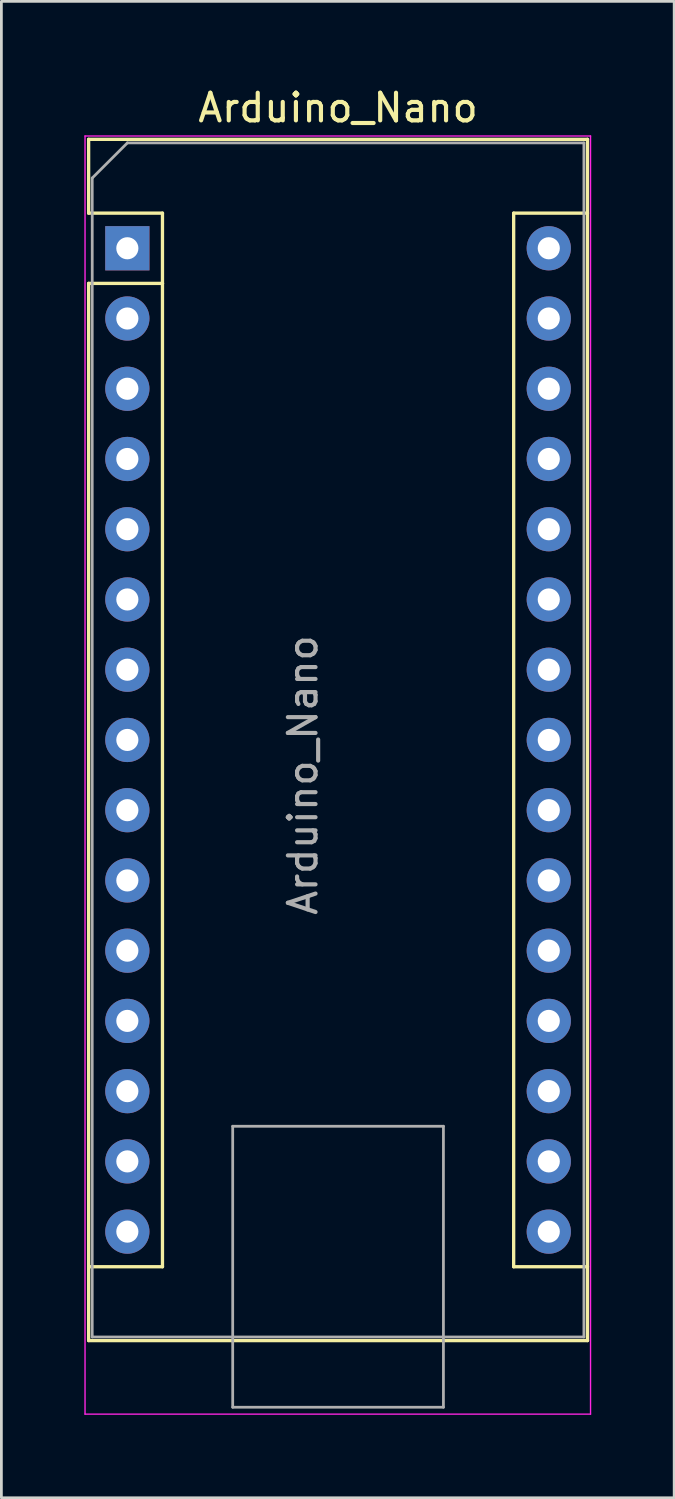
<source format=kicad_pcb>
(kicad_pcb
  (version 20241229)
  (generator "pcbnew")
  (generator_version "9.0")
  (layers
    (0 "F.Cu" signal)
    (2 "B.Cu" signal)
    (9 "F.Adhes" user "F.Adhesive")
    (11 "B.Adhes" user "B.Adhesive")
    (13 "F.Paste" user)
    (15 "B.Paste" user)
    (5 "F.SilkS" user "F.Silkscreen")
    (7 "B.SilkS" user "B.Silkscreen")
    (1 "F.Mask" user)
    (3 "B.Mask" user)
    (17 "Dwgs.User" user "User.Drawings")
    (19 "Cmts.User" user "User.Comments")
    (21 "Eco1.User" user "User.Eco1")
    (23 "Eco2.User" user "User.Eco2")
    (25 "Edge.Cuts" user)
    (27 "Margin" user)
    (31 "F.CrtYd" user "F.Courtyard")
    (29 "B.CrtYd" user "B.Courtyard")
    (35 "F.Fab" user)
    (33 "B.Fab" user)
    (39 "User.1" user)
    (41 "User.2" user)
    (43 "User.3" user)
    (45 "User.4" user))
  (footprint "Arduino_Nano"
    (layer "F.Cu")
    (at 1.555 5.928)
    (property "Reference" "Arduino_Nano" (at 7.62 -5.08 0) (layer "F.SilkS") (effects (font (size 1 1) (thickness 0.15))))
    (attr through_hole)
    (fp_line (start -1.4 -3.94) (end -1.4 -1.27) (stroke (width 0.12) (type solid)) (layer "F.SilkS"))
    (fp_line (start -1.4 1.27) (end -1.4 39.5) (stroke (width 0.12) (type solid)) (layer "F.SilkS"))
    (fp_line (start -1.4 39.5) (end 16.64 39.5) (stroke (width 0.12) (type solid)) (layer "F.SilkS"))
    (fp_line (start 1.27 -1.27) (end -1.4 -1.27) (stroke (width 0.12) (type solid)) (layer "F.SilkS"))
    (fp_line (start 1.27 1.27) (end -1.4 1.27) (stroke (width 0.12) (type solid)) (layer "F.SilkS"))
    (fp_line (start 1.27 1.27) (end 1.27 -1.27) (stroke (width 0.12) (type solid)) (layer "F.SilkS"))
    (fp_line (start 1.27 1.27) (end 1.27 36.83) (stroke (width 0.12) (type solid)) (layer "F.SilkS"))
    (fp_line (start 1.27 36.83) (end -1.4 36.83) (stroke (width 0.12) (type solid)) (layer "F.SilkS"))
    (fp_line (start 13.97 -1.27) (end 13.97 36.83) (stroke (width 0.12) (type solid)) (layer "F.SilkS"))
    (fp_line (start 13.97 -1.27) (end 16.64 -1.27) (stroke (width 0.12) (type solid)) (layer "F.SilkS"))
    (fp_line (start 13.97 36.83) (end 16.64 36.83) (stroke (width 0.12) (type solid)) (layer "F.SilkS"))
    (fp_line (start 16.64 -3.94) (end -1.4 -3.94) (stroke (width 0.12) (type solid)) (layer "F.SilkS"))
    (fp_line (start 16.64 39.5) (end 16.64 -3.94) (stroke (width 0.12) (type solid)) (layer "F.SilkS"))
    (fp_line (start -1.53 -4.06) (end -1.53 42.16) (stroke (width 0.05) (type solid)) (layer "F.CrtYd"))
    (fp_line (start -1.53 -4.06) (end 16.75 -4.06) (stroke (width 0.05) (type solid)) (layer "F.CrtYd"))
    (fp_line (start 16.75 42.16) (end -1.53 42.16) (stroke (width 0.05) (type solid)) (layer "F.CrtYd"))
    (fp_line (start 16.75 42.16) (end 16.75 -4.06) (stroke (width 0.05) (type solid)) (layer "F.CrtYd"))
    (fp_line (start -1.27 -2.54) (end 0 -3.81) (stroke (width 0.1) (type solid)) (layer "F.Fab"))
    (fp_line (start -1.27 39.37) (end -1.27 -2.54) (stroke (width 0.1) (type solid)) (layer "F.Fab"))
    (fp_line (start 0 -3.81) (end 16.51 -3.81) (stroke (width 0.1) (type solid)) (layer "F.Fab"))
    (fp_line (start 3.81 31.75) (end 11.43 31.75) (stroke (width 0.1) (type solid)) (layer "F.Fab"))
    (fp_line (start 3.81 41.91) (end 3.81 31.75) (stroke (width 0.1) (type solid)) (layer "F.Fab"))
    (fp_line (start 11.43 31.75) (end 11.43 41.91) (stroke (width 0.1) (type solid)) (layer "F.Fab"))
    (fp_line (start 11.43 41.91) (end 3.81 41.91) (stroke (width 0.1) (type solid)) (layer "F.Fab"))
    (fp_line (start 16.51 -3.81) (end 16.51 39.37) (stroke (width 0.1) (type solid)) (layer "F.Fab"))
    (fp_line (start 16.51 39.37) (end -1.27 39.37) (stroke (width 0.1) (type solid)) (layer "F.Fab"))
    (fp_text user "${REFERENCE}" (at 6.35 19.05 90) (layer "F.Fab") (effects (font (size 1 1) (thickness 0.15))))
    (pad "1" thru_hole rect (at 0 0) (size 1.6 1.6) (drill 0.8) (layers "*.Cu" "*.Mask"))
    (pad "2" thru_hole oval (at 0 2.54) (size 1.6 1.6) (drill 0.8) (layers "*.Cu" "*.Mask"))
    (pad "3" thru_hole oval (at 0 5.08) (size 1.6 1.6) (drill 0.8) (layers "*.Cu" "*.Mask"))
    (pad "4" thru_hole oval (at 0 7.62) (size 1.6 1.6) (drill 0.8) (layers "*.Cu" "*.Mask"))
    (pad "5" thru_hole oval (at 0 10.16) (size 1.6 1.6) (drill 0.8) (layers "*.Cu" "*.Mask"))
    (pad "6" thru_hole oval (at 0 12.7) (size 1.6 1.6) (drill 0.8) (layers "*.Cu" "*.Mask"))
    (pad "7" thru_hole oval (at 0 15.24) (size 1.6 1.6) (drill 0.8) (layers "*.Cu" "*.Mask"))
    (pad "8" thru_hole oval (at 0 17.78) (size 1.6 1.6) (drill 0.8) (layers "*.Cu" "*.Mask"))
    (pad "9" thru_hole oval (at 0 20.32) (size 1.6 1.6) (drill 0.8) (layers "*.Cu" "*.Mask"))
    (pad "10" thru_hole oval (at 0 22.86) (size 1.6 1.6) (drill 0.8) (layers "*.Cu" "*.Mask"))
    (pad "11" thru_hole oval (at 0 25.4) (size 1.6 1.6) (drill 0.8) (layers "*.Cu" "*.Mask"))
    (pad "12" thru_hole oval (at 0 27.94) (size 1.6 1.6) (drill 0.8) (layers "*.Cu" "*.Mask"))
    (pad "13" thru_hole oval (at 0 30.48) (size 1.6 1.6) (drill 0.8) (layers "*.Cu" "*.Mask"))
    (pad "14" thru_hole oval (at 0 33.02) (size 1.6 1.6) (drill 0.8) (layers "*.Cu" "*.Mask"))
    (pad "15" thru_hole oval (at 0 35.56) (size 1.6 1.6) (drill 0.8) (layers "*.Cu" "*.Mask"))
    (pad "16" thru_hole oval (at 15.24 35.56) (size 1.6 1.6) (drill 0.8) (layers "*.Cu" "*.Mask"))
    (pad "17" thru_hole oval (at 15.24 33.02) (size 1.6 1.6) (drill 0.8) (layers "*.Cu" "*.Mask"))
    (pad "18" thru_hole oval (at 15.24 30.48) (size 1.6 1.6) (drill 0.8) (layers "*.Cu" "*.Mask"))
    (pad "19" thru_hole oval (at 15.24 27.94) (size 1.6 1.6) (drill 0.8) (layers "*.Cu" "*.Mask"))
    (pad "20" thru_hole oval (at 15.24 25.4) (size 1.6 1.6) (drill 0.8) (layers "*.Cu" "*.Mask"))
    (pad "21" thru_hole oval (at 15.24 22.86) (size 1.6 1.6) (drill 0.8) (layers "*.Cu" "*.Mask"))
    (pad "22" thru_hole oval (at 15.24 20.32) (size 1.6 1.6) (drill 0.8) (layers "*.Cu" "*.Mask"))
    (pad "23" thru_hole oval (at 15.24 17.78) (size 1.6 1.6) (drill 0.8) (layers "*.Cu" "*.Mask"))
    (pad "24" thru_hole oval (at 15.24 15.24) (size 1.6 1.6) (drill 0.8) (layers "*.Cu" "*.Mask"))
    (pad "25" thru_hole oval (at 15.24 12.7) (size 1.6 1.6) (drill 0.8) (layers "*.Cu" "*.Mask"))
    (pad "26" thru_hole oval (at 15.24 10.16) (size 1.6 1.6) (drill 0.8) (layers "*.Cu" "*.Mask"))
    (pad "27" thru_hole oval (at 15.24 7.62) (size 1.6 1.6) (drill 0.8) (layers "*.Cu" "*.Mask"))
    (pad "28" thru_hole oval (at 15.24 5.08) (size 1.6 1.6) (drill 0.8) (layers "*.Cu" "*.Mask"))
    (pad "29" thru_hole oval (at 15.24 2.54) (size 1.6 1.6) (drill 0.8) (layers "*.Cu" "*.Mask"))
    (pad "30" thru_hole oval (at 15.24 0) (size 1.6 1.6) (drill 0.8) (layers "*.Cu" "*.Mask")))
  (gr_rect
    (start -3 -3)
    (end 21.33 51.113)
    (stroke (width 0.1) (type default))
    (fill no)
    (layer "Edge.Cuts")))
</source>
